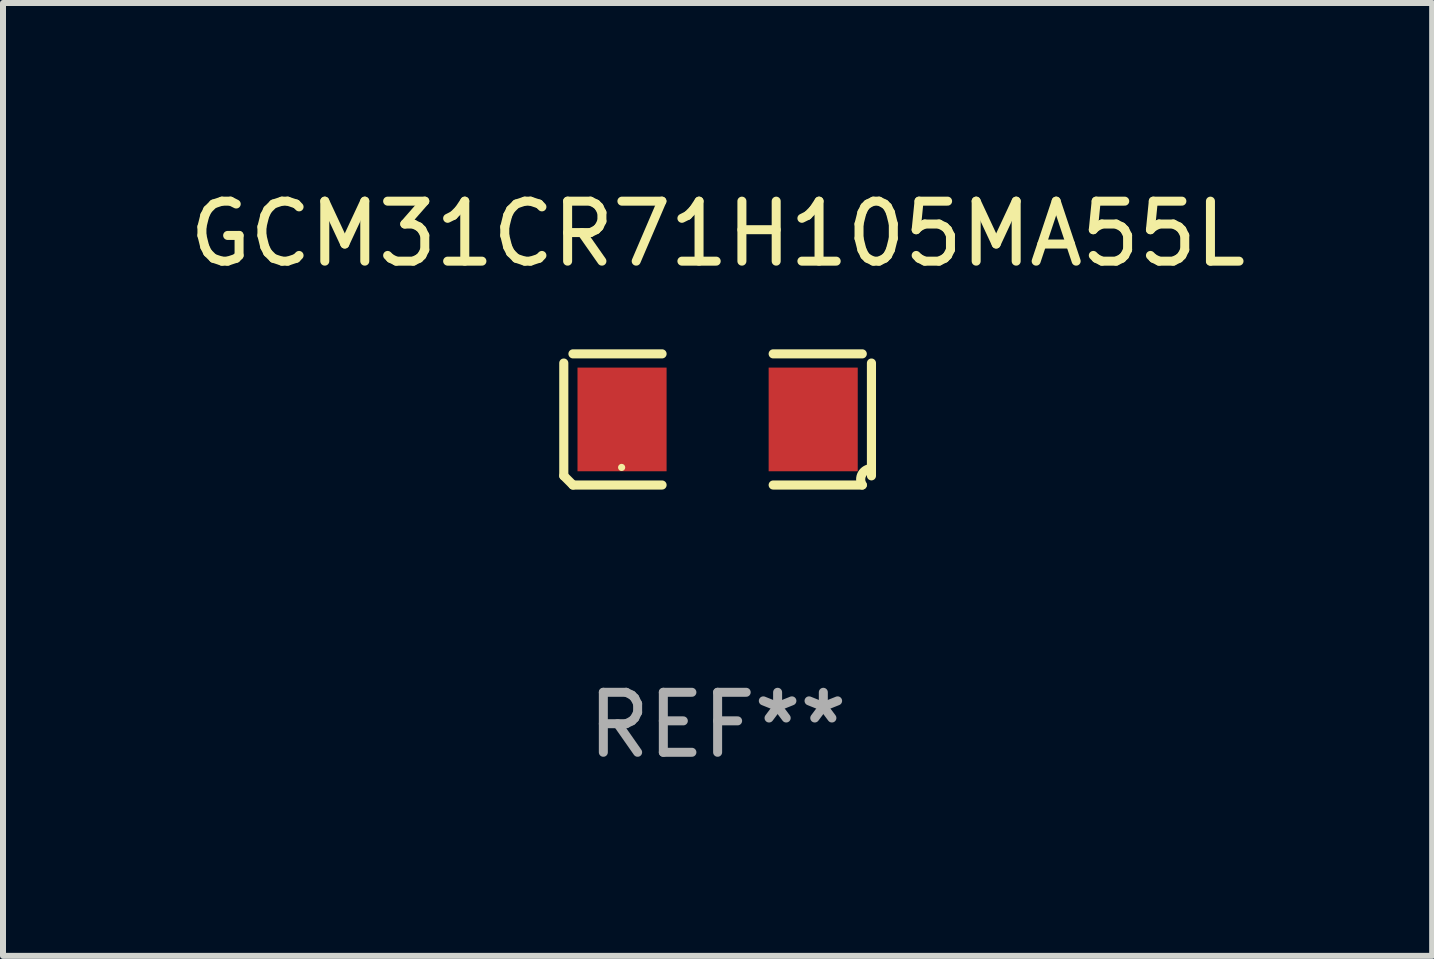
<source format=kicad_pcb>
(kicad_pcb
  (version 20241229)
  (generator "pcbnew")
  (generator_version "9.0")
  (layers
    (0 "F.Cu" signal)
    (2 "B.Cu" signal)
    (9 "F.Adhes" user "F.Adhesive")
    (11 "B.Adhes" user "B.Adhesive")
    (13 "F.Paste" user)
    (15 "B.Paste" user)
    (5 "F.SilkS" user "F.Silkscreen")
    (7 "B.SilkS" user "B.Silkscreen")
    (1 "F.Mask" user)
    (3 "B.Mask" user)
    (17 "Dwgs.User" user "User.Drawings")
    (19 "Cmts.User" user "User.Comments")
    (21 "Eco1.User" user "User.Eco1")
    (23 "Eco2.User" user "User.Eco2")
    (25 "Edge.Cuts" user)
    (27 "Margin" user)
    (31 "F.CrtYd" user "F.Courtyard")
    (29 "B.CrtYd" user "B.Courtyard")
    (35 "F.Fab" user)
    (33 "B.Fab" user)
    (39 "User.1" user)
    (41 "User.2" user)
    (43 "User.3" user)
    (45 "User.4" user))
  (footprint "GCM31CR71H105MA55L"
    (layer "F.Cu")
    (at 8.911 3.941)
    (property "Reference" "GCM31CR71H105MA55L" (at 0 -3.093 0) (layer "F.SilkS") (effects (font (size 1 1) (thickness 0.15))))
    (attr through_hole)
    (fp_line (start -2.564 0.94) (end -2.564 -0.94) (stroke (width 0.152) (type solid)) (layer "F.SilkS"))
    (fp_line (start -2.411 -1.093) (end -0.926 -1.093) (stroke (width 0.152) (type solid)) (layer "F.SilkS"))
    (fp_line (start -0.926 1.093) (end -2.411 1.093) (stroke (width 0.152) (type solid)) (layer "F.SilkS"))
    (fp_line (start 0.926 1.093) (end 2.411 1.093) (stroke (width 0.152) (type solid)) (layer "F.SilkS"))
    (fp_line (start 2.411 -1.093) (end 0.926 -1.093) (stroke (width 0.152) (type solid)) (layer "F.SilkS"))
    (fp_line (start 2.564 0.94) (end 2.564 -0.94) (stroke (width 0.152) (type solid)) (layer "F.SilkS"))
    (fp_arc (start -2.411201 1.092609) (mid -2.487413 1.01642) (end -2.563602 0.940208) (stroke (width 0.1524) (type solid)) (layer "F.SilkS"))
    (fp_arc (start 2.411201 1.092609) (mid 2.407159 0.911226) (end 2.563602 0.819347) (stroke (width 0.1524) (type solid)) (layer "F.SilkS"))
    (fp_circle (center -1.6 0.8) (end -1.57 0.8) (stroke (width 0.06) (type solid)) (fill no) (layer "F.SilkS"))
    (fp_text user "REF**" (at 0 5.093 0) (layer "F.Fab") (effects (font (size 1 1) (thickness 0.15))))
    (pad "1" smd rect (at -1.593 0) (size 1.485 1.728) (layers "F.Cu" "F.Mask" "F.Paste"))
    (pad "2" smd rect (at 1.593 0) (size 1.485 1.728) (layers "F.Cu" "F.Mask" "F.Paste")))
  (gr_rect
    (start -3 -3)
    (end 20.821 12.882)
    (stroke (width 0.1) (type default))
    (fill no)
    (layer "Edge.Cuts")))
</source>
